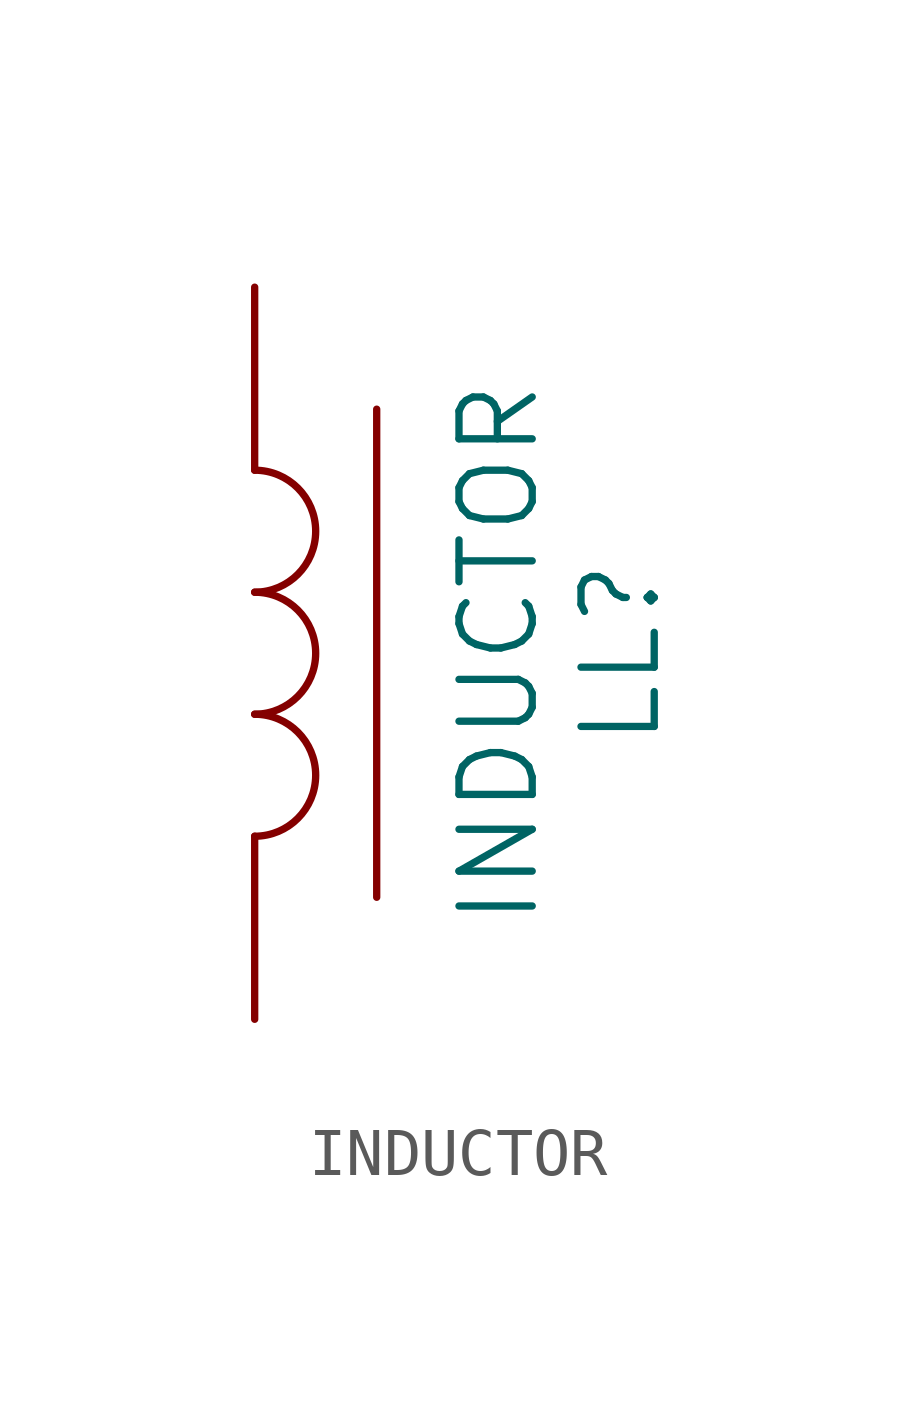
<source format=kicad_sym>
(kicad_symbol_lib
  (version 20211014)
  (generator kicad_symbol_editor)
  (symbol "INDUCTOR"
    (pin_numbers hide)
    (pin_names
      (offset 0))
    (property "Reference" "LL"
      (at 7.62 -7.62 90)
      (effects (font (size 1.524 1.524))))
    (property "Value" "INDUCTOR"
      (at 5.08 -7.62 90)
      (effects (font (size 1.524 1.524))))
    (property "Footprint" ""
      (at 0 0 0)
      (effects (font (size 1.524 1.524))))
    (property "Datasheet" ""
      (at 0 0 0)
      (effects (font (size 1.524 1.524))))
    (symbol "INDUCTOR_0_0"
      (arc (start 0 -11.43) (mid 1.27 -10.16) (end 0 -8.89) (stroke (width 0) (type default) (color 0 0 0 0)) (fill (type none)))
      (arc (start 0 -8.89) (mid 1.27 -7.62) (end 0 -6.35) (stroke (width 0) (type default) (color 0 0 0 0)) (fill (type none)))
      (arc (start 0 -6.35) (mid 1.27 -5.08) (end 0 -3.81) (stroke (width 0) (type default) (color 0 0 0 0)) (fill (type none)))
      (polyline (pts (xy 2.54 -2.54) (xy 2.54 -12.7) (xy 2.54 -12.7)) (stroke (width 0) (type default) (color 0 0 0 0)) (fill (type none))))
    (symbol "INDUCTOR_1_1"
      (pin input line (at 0 -15.24 90) (length 3.81) (name "~" (effects (font (size 1.27 1.27)))) (number "1" (effects (font (size 1.27 1.27)))))
      (pin input line (at 0 0 270) (length 3.81) (name "~" (effects (font (size 1.27 1.27)))) (number "2" (effects (font (size 1.27 1.27))))))))
</source>
